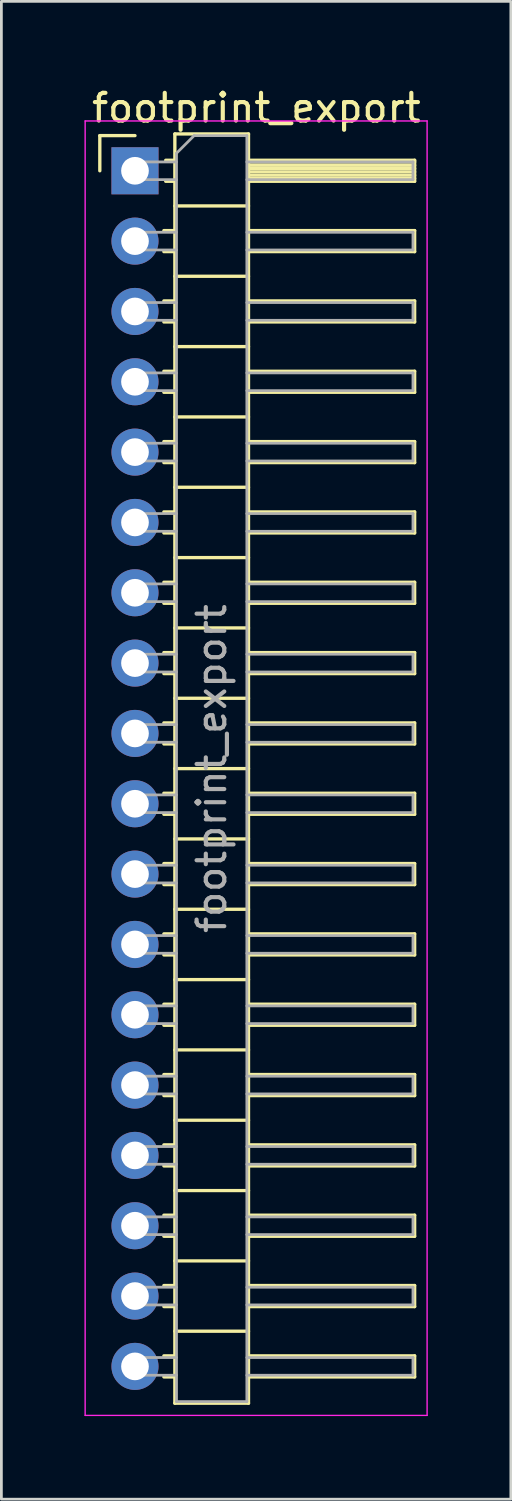
<source format=kicad_pcb>
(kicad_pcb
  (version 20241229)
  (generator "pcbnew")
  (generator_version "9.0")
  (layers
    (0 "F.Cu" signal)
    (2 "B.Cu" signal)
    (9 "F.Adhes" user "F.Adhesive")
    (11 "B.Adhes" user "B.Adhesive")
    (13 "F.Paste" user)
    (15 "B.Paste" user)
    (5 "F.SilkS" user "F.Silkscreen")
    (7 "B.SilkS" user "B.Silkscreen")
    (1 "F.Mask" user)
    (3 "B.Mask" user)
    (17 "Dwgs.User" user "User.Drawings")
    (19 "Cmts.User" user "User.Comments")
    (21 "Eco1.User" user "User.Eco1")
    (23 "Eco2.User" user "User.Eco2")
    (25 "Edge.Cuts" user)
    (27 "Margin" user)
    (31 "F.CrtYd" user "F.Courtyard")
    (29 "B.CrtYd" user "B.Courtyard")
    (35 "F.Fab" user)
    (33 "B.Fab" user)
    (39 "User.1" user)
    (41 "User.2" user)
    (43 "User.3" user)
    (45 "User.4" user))
  (footprint "footprint_export"
    (layer "F.Cu")
    (at 1.825 3.118)
    (property "Reference" "footprint_export" (at 4.385 -2.27 0) (layer "F.SilkS") (effects (font (size 1 1) (thickness 0.15))))
    (attr through_hole)
    (fp_line (start -1.27 -1.27) (end 0 -1.27) (stroke (width 0.12) (type solid)) (layer "F.SilkS"))
    (fp_line (start -1.27 0) (end -1.27 -1.27) (stroke (width 0.12) (type solid)) (layer "F.SilkS"))
    (fp_line (start 1.043 2.16) (end 1.44 2.16) (stroke (width 0.12) (type solid)) (layer "F.SilkS"))
    (fp_line (start 1.043 2.92) (end 1.44 2.92) (stroke (width 0.12) (type solid)) (layer "F.SilkS"))
    (fp_line (start 1.043 4.7) (end 1.44 4.7) (stroke (width 0.12) (type solid)) (layer "F.SilkS"))
    (fp_line (start 1.043 5.46) (end 1.44 5.46) (stroke (width 0.12) (type solid)) (layer "F.SilkS"))
    (fp_line (start 1.043 7.24) (end 1.44 7.24) (stroke (width 0.12) (type solid)) (layer "F.SilkS"))
    (fp_line (start 1.043 8) (end 1.44 8) (stroke (width 0.12) (type solid)) (layer "F.SilkS"))
    (fp_line (start 1.043 9.78) (end 1.44 9.78) (stroke (width 0.12) (type solid)) (layer "F.SilkS"))
    (fp_line (start 1.043 10.54) (end 1.44 10.54) (stroke (width 0.12) (type solid)) (layer "F.SilkS"))
    (fp_line (start 1.043 12.32) (end 1.44 12.32) (stroke (width 0.12) (type solid)) (layer "F.SilkS"))
    (fp_line (start 1.043 13.08) (end 1.44 13.08) (stroke (width 0.12) (type solid)) (layer "F.SilkS"))
    (fp_line (start 1.043 14.86) (end 1.44 14.86) (stroke (width 0.12) (type solid)) (layer "F.SilkS"))
    (fp_line (start 1.043 15.62) (end 1.44 15.62) (stroke (width 0.12) (type solid)) (layer "F.SilkS"))
    (fp_line (start 1.043 17.4) (end 1.44 17.4) (stroke (width 0.12) (type solid)) (layer "F.SilkS"))
    (fp_line (start 1.043 18.16) (end 1.44 18.16) (stroke (width 0.12) (type solid)) (layer "F.SilkS"))
    (fp_line (start 1.043 19.94) (end 1.44 19.94) (stroke (width 0.12) (type solid)) (layer "F.SilkS"))
    (fp_line (start 1.043 20.7) (end 1.44 20.7) (stroke (width 0.12) (type solid)) (layer "F.SilkS"))
    (fp_line (start 1.043 22.48) (end 1.44 22.48) (stroke (width 0.12) (type solid)) (layer "F.SilkS"))
    (fp_line (start 1.043 23.24) (end 1.44 23.24) (stroke (width 0.12) (type solid)) (layer "F.SilkS"))
    (fp_line (start 1.043 25.02) (end 1.44 25.02) (stroke (width 0.12) (type solid)) (layer "F.SilkS"))
    (fp_line (start 1.043 25.78) (end 1.44 25.78) (stroke (width 0.12) (type solid)) (layer "F.SilkS"))
    (fp_line (start 1.043 27.56) (end 1.44 27.56) (stroke (width 0.12) (type solid)) (layer "F.SilkS"))
    (fp_line (start 1.043 28.32) (end 1.44 28.32) (stroke (width 0.12) (type solid)) (layer "F.SilkS"))
    (fp_line (start 1.043 30.1) (end 1.44 30.1) (stroke (width 0.12) (type solid)) (layer "F.SilkS"))
    (fp_line (start 1.043 30.86) (end 1.44 30.86) (stroke (width 0.12) (type solid)) (layer "F.SilkS"))
    (fp_line (start 1.043 32.64) (end 1.44 32.64) (stroke (width 0.12) (type solid)) (layer "F.SilkS"))
    (fp_line (start 1.043 33.4) (end 1.44 33.4) (stroke (width 0.12) (type solid)) (layer "F.SilkS"))
    (fp_line (start 1.043 35.18) (end 1.44 35.18) (stroke (width 0.12) (type solid)) (layer "F.SilkS"))
    (fp_line (start 1.043 35.94) (end 1.44 35.94) (stroke (width 0.12) (type solid)) (layer "F.SilkS"))
    (fp_line (start 1.043 37.72) (end 1.44 37.72) (stroke (width 0.12) (type solid)) (layer "F.SilkS"))
    (fp_line (start 1.043 38.48) (end 1.44 38.48) (stroke (width 0.12) (type solid)) (layer "F.SilkS"))
    (fp_line (start 1.043 40.26) (end 1.44 40.26) (stroke (width 0.12) (type solid)) (layer "F.SilkS"))
    (fp_line (start 1.043 41.02) (end 1.44 41.02) (stroke (width 0.12) (type solid)) (layer "F.SilkS"))
    (fp_line (start 1.043 42.8) (end 1.44 42.8) (stroke (width 0.12) (type solid)) (layer "F.SilkS"))
    (fp_line (start 1.043 43.56) (end 1.44 43.56) (stroke (width 0.12) (type solid)) (layer "F.SilkS"))
    (fp_line (start 1.11 -0.38) (end 1.44 -0.38) (stroke (width 0.12) (type solid)) (layer "F.SilkS"))
    (fp_line (start 1.11 0.38) (end 1.44 0.38) (stroke (width 0.12) (type solid)) (layer "F.SilkS"))
    (fp_line (start 1.44 -1.33) (end 1.44 44.51) (stroke (width 0.12) (type solid)) (layer "F.SilkS"))
    (fp_line (start 1.44 1.27) (end 4.1 1.27) (stroke (width 0.12) (type solid)) (layer "F.SilkS"))
    (fp_line (start 1.44 3.81) (end 4.1 3.81) (stroke (width 0.12) (type solid)) (layer "F.SilkS"))
    (fp_line (start 1.44 6.35) (end 4.1 6.35) (stroke (width 0.12) (type solid)) (layer "F.SilkS"))
    (fp_line (start 1.44 8.89) (end 4.1 8.89) (stroke (width 0.12) (type solid)) (layer "F.SilkS"))
    (fp_line (start 1.44 11.43) (end 4.1 11.43) (stroke (width 0.12) (type solid)) (layer "F.SilkS"))
    (fp_line (start 1.44 13.97) (end 4.1 13.97) (stroke (width 0.12) (type solid)) (layer "F.SilkS"))
    (fp_line (start 1.44 16.51) (end 4.1 16.51) (stroke (width 0.12) (type solid)) (layer "F.SilkS"))
    (fp_line (start 1.44 19.05) (end 4.1 19.05) (stroke (width 0.12) (type solid)) (layer "F.SilkS"))
    (fp_line (start 1.44 21.59) (end 4.1 21.59) (stroke (width 0.12) (type solid)) (layer "F.SilkS"))
    (fp_line (start 1.44 24.13) (end 4.1 24.13) (stroke (width 0.12) (type solid)) (layer "F.SilkS"))
    (fp_line (start 1.44 26.67) (end 4.1 26.67) (stroke (width 0.12) (type solid)) (layer "F.SilkS"))
    (fp_line (start 1.44 29.21) (end 4.1 29.21) (stroke (width 0.12) (type solid)) (layer "F.SilkS"))
    (fp_line (start 1.44 31.75) (end 4.1 31.75) (stroke (width 0.12) (type solid)) (layer "F.SilkS"))
    (fp_line (start 1.44 34.29) (end 4.1 34.29) (stroke (width 0.12) (type solid)) (layer "F.SilkS"))
    (fp_line (start 1.44 36.83) (end 4.1 36.83) (stroke (width 0.12) (type solid)) (layer "F.SilkS"))
    (fp_line (start 1.44 39.37) (end 4.1 39.37) (stroke (width 0.12) (type solid)) (layer "F.SilkS"))
    (fp_line (start 1.44 41.91) (end 4.1 41.91) (stroke (width 0.12) (type solid)) (layer "F.SilkS"))
    (fp_line (start 1.44 44.51) (end 4.1 44.51) (stroke (width 0.12) (type solid)) (layer "F.SilkS"))
    (fp_line (start 4.1 -1.33) (end 1.44 -1.33) (stroke (width 0.12) (type solid)) (layer "F.SilkS"))
    (fp_line (start 4.1 -0.38) (end 10.1 -0.38) (stroke (width 0.12) (type solid)) (layer "F.SilkS"))
    (fp_line (start 4.1 -0.32) (end 10.1 -0.32) (stroke (width 0.12) (type solid)) (layer "F.SilkS"))
    (fp_line (start 4.1 -0.2) (end 10.1 -0.2) (stroke (width 0.12) (type solid)) (layer "F.SilkS"))
    (fp_line (start 4.1 -0.08) (end 10.1 -0.08) (stroke (width 0.12) (type solid)) (layer "F.SilkS"))
    (fp_line (start 4.1 0.04) (end 10.1 0.04) (stroke (width 0.12) (type solid)) (layer "F.SilkS"))
    (fp_line (start 4.1 0.16) (end 10.1 0.16) (stroke (width 0.12) (type solid)) (layer "F.SilkS"))
    (fp_line (start 4.1 0.28) (end 10.1 0.28) (stroke (width 0.12) (type solid)) (layer "F.SilkS"))
    (fp_line (start 4.1 2.16) (end 10.1 2.16) (stroke (width 0.12) (type solid)) (layer "F.SilkS"))
    (fp_line (start 4.1 4.7) (end 10.1 4.7) (stroke (width 0.12) (type solid)) (layer "F.SilkS"))
    (fp_line (start 4.1 7.24) (end 10.1 7.24) (stroke (width 0.12) (type solid)) (layer "F.SilkS"))
    (fp_line (start 4.1 9.78) (end 10.1 9.78) (stroke (width 0.12) (type solid)) (layer "F.SilkS"))
    (fp_line (start 4.1 12.32) (end 10.1 12.32) (stroke (width 0.12) (type solid)) (layer "F.SilkS"))
    (fp_line (start 4.1 14.86) (end 10.1 14.86) (stroke (width 0.12) (type solid)) (layer "F.SilkS"))
    (fp_line (start 4.1 17.4) (end 10.1 17.4) (stroke (width 0.12) (type solid)) (layer "F.SilkS"))
    (fp_line (start 4.1 19.94) (end 10.1 19.94) (stroke (width 0.12) (type solid)) (layer "F.SilkS"))
    (fp_line (start 4.1 22.48) (end 10.1 22.48) (stroke (width 0.12) (type solid)) (layer "F.SilkS"))
    (fp_line (start 4.1 25.02) (end 10.1 25.02) (stroke (width 0.12) (type solid)) (layer "F.SilkS"))
    (fp_line (start 4.1 27.56) (end 10.1 27.56) (stroke (width 0.12) (type solid)) (layer "F.SilkS"))
    (fp_line (start 4.1 30.1) (end 10.1 30.1) (stroke (width 0.12) (type solid)) (layer "F.SilkS"))
    (fp_line (start 4.1 32.64) (end 10.1 32.64) (stroke (width 0.12) (type solid)) (layer "F.SilkS"))
    (fp_line (start 4.1 35.18) (end 10.1 35.18) (stroke (width 0.12) (type solid)) (layer "F.SilkS"))
    (fp_line (start 4.1 37.72) (end 10.1 37.72) (stroke (width 0.12) (type solid)) (layer "F.SilkS"))
    (fp_line (start 4.1 40.26) (end 10.1 40.26) (stroke (width 0.12) (type solid)) (layer "F.SilkS"))
    (fp_line (start 4.1 42.8) (end 10.1 42.8) (stroke (width 0.12) (type solid)) (layer "F.SilkS"))
    (fp_line (start 4.1 44.51) (end 4.1 -1.33) (stroke (width 0.12) (type solid)) (layer "F.SilkS"))
    (fp_line (start 10.1 -0.38) (end 10.1 0.38) (stroke (width 0.12) (type solid)) (layer "F.SilkS"))
    (fp_line (start 10.1 0.38) (end 4.1 0.38) (stroke (width 0.12) (type solid)) (layer "F.SilkS"))
    (fp_line (start 10.1 2.16) (end 10.1 2.92) (stroke (width 0.12) (type solid)) (layer "F.SilkS"))
    (fp_line (start 10.1 2.92) (end 4.1 2.92) (stroke (width 0.12) (type solid)) (layer "F.SilkS"))
    (fp_line (start 10.1 4.7) (end 10.1 5.46) (stroke (width 0.12) (type solid)) (layer "F.SilkS"))
    (fp_line (start 10.1 5.46) (end 4.1 5.46) (stroke (width 0.12) (type solid)) (layer "F.SilkS"))
    (fp_line (start 10.1 7.24) (end 10.1 8) (stroke (width 0.12) (type solid)) (layer "F.SilkS"))
    (fp_line (start 10.1 8) (end 4.1 8) (stroke (width 0.12) (type solid)) (layer "F.SilkS"))
    (fp_line (start 10.1 9.78) (end 10.1 10.54) (stroke (width 0.12) (type solid)) (layer "F.SilkS"))
    (fp_line (start 10.1 10.54) (end 4.1 10.54) (stroke (width 0.12) (type solid)) (layer "F.SilkS"))
    (fp_line (start 10.1 12.32) (end 10.1 13.08) (stroke (width 0.12) (type solid)) (layer "F.SilkS"))
    (fp_line (start 10.1 13.08) (end 4.1 13.08) (stroke (width 0.12) (type solid)) (layer "F.SilkS"))
    (fp_line (start 10.1 14.86) (end 10.1 15.62) (stroke (width 0.12) (type solid)) (layer "F.SilkS"))
    (fp_line (start 10.1 15.62) (end 4.1 15.62) (stroke (width 0.12) (type solid)) (layer "F.SilkS"))
    (fp_line (start 10.1 17.4) (end 10.1 18.16) (stroke (width 0.12) (type solid)) (layer "F.SilkS"))
    (fp_line (start 10.1 18.16) (end 4.1 18.16) (stroke (width 0.12) (type solid)) (layer "F.SilkS"))
    (fp_line (start 10.1 19.94) (end 10.1 20.7) (stroke (width 0.12) (type solid)) (layer "F.SilkS"))
    (fp_line (start 10.1 20.7) (end 4.1 20.7) (stroke (width 0.12) (type solid)) (layer "F.SilkS"))
    (fp_line (start 10.1 22.48) (end 10.1 23.24) (stroke (width 0.12) (type solid)) (layer "F.SilkS"))
    (fp_line (start 10.1 23.24) (end 4.1 23.24) (stroke (width 0.12) (type solid)) (layer "F.SilkS"))
    (fp_line (start 10.1 25.02) (end 10.1 25.78) (stroke (width 0.12) (type solid)) (layer "F.SilkS"))
    (fp_line (start 10.1 25.78) (end 4.1 25.78) (stroke (width 0.12) (type solid)) (layer "F.SilkS"))
    (fp_line (start 10.1 27.56) (end 10.1 28.32) (stroke (width 0.12) (type solid)) (layer "F.SilkS"))
    (fp_line (start 10.1 28.32) (end 4.1 28.32) (stroke (width 0.12) (type solid)) (layer "F.SilkS"))
    (fp_line (start 10.1 30.1) (end 10.1 30.86) (stroke (width 0.12) (type solid)) (layer "F.SilkS"))
    (fp_line (start 10.1 30.86) (end 4.1 30.86) (stroke (width 0.12) (type solid)) (layer "F.SilkS"))
    (fp_line (start 10.1 32.64) (end 10.1 33.4) (stroke (width 0.12) (type solid)) (layer "F.SilkS"))
    (fp_line (start 10.1 33.4) (end 4.1 33.4) (stroke (width 0.12) (type solid)) (layer "F.SilkS"))
    (fp_line (start 10.1 35.18) (end 10.1 35.94) (stroke (width 0.12) (type solid)) (layer "F.SilkS"))
    (fp_line (start 10.1 35.94) (end 4.1 35.94) (stroke (width 0.12) (type solid)) (layer "F.SilkS"))
    (fp_line (start 10.1 37.72) (end 10.1 38.48) (stroke (width 0.12) (type solid)) (layer "F.SilkS"))
    (fp_line (start 10.1 38.48) (end 4.1 38.48) (stroke (width 0.12) (type solid)) (layer "F.SilkS"))
    (fp_line (start 10.1 40.26) (end 10.1 41.02) (stroke (width 0.12) (type solid)) (layer "F.SilkS"))
    (fp_line (start 10.1 41.02) (end 4.1 41.02) (stroke (width 0.12) (type solid)) (layer "F.SilkS"))
    (fp_line (start 10.1 42.8) (end 10.1 43.56) (stroke (width 0.12) (type solid)) (layer "F.SilkS"))
    (fp_line (start 10.1 43.56) (end 4.1 43.56) (stroke (width 0.12) (type solid)) (layer "F.SilkS"))
    (fp_line (start -1.8 -1.8) (end -1.8 44.95) (stroke (width 0.05) (type solid)) (layer "F.CrtYd"))
    (fp_line (start -1.8 44.95) (end 10.55 44.95) (stroke (width 0.05) (type solid)) (layer "F.CrtYd"))
    (fp_line (start 10.55 -1.8) (end -1.8 -1.8) (stroke (width 0.05) (type solid)) (layer "F.CrtYd"))
    (fp_line (start 10.55 44.95) (end 10.55 -1.8) (stroke (width 0.05) (type solid)) (layer "F.CrtYd"))
    (fp_line (start -0.32 -0.32) (end -0.32 0.32) (stroke (width 0.1) (type solid)) (layer "F.Fab"))
    (fp_line (start -0.32 -0.32) (end 1.5 -0.32) (stroke (width 0.1) (type solid)) (layer "F.Fab"))
    (fp_line (start -0.32 0.32) (end 1.5 0.32) (stroke (width 0.1) (type solid)) (layer "F.Fab"))
    (fp_line (start -0.32 2.22) (end -0.32 2.86) (stroke (width 0.1) (type solid)) (layer "F.Fab"))
    (fp_line (start -0.32 2.22) (end 1.5 2.22) (stroke (width 0.1) (type solid)) (layer "F.Fab"))
    (fp_line (start -0.32 2.86) (end 1.5 2.86) (stroke (width 0.1) (type solid)) (layer "F.Fab"))
    (fp_line (start -0.32 4.76) (end -0.32 5.4) (stroke (width 0.1) (type solid)) (layer "F.Fab"))
    (fp_line (start -0.32 4.76) (end 1.5 4.76) (stroke (width 0.1) (type solid)) (layer "F.Fab"))
    (fp_line (start -0.32 5.4) (end 1.5 5.4) (stroke (width 0.1) (type solid)) (layer "F.Fab"))
    (fp_line (start -0.32 7.3) (end -0.32 7.94) (stroke (width 0.1) (type solid)) (layer "F.Fab"))
    (fp_line (start -0.32 7.3) (end 1.5 7.3) (stroke (width 0.1) (type solid)) (layer "F.Fab"))
    (fp_line (start -0.32 7.94) (end 1.5 7.94) (stroke (width 0.1) (type solid)) (layer "F.Fab"))
    (fp_line (start -0.32 9.84) (end -0.32 10.48) (stroke (width 0.1) (type solid)) (layer "F.Fab"))
    (fp_line (start -0.32 9.84) (end 1.5 9.84) (stroke (width 0.1) (type solid)) (layer "F.Fab"))
    (fp_line (start -0.32 10.48) (end 1.5 10.48) (stroke (width 0.1) (type solid)) (layer "F.Fab"))
    (fp_line (start -0.32 12.38) (end -0.32 13.02) (stroke (width 0.1) (type solid)) (layer "F.Fab"))
    (fp_line (start -0.32 12.38) (end 1.5 12.38) (stroke (width 0.1) (type solid)) (layer "F.Fab"))
    (fp_line (start -0.32 13.02) (end 1.5 13.02) (stroke (width 0.1) (type solid)) (layer "F.Fab"))
    (fp_line (start -0.32 14.92) (end -0.32 15.56) (stroke (width 0.1) (type solid)) (layer "F.Fab"))
    (fp_line (start -0.32 14.92) (end 1.5 14.92) (stroke (width 0.1) (type solid)) (layer "F.Fab"))
    (fp_line (start -0.32 15.56) (end 1.5 15.56) (stroke (width 0.1) (type solid)) (layer "F.Fab"))
    (fp_line (start -0.32 17.46) (end -0.32 18.1) (stroke (width 0.1) (type solid)) (layer "F.Fab"))
    (fp_line (start -0.32 17.46) (end 1.5 17.46) (stroke (width 0.1) (type solid)) (layer "F.Fab"))
    (fp_line (start -0.32 18.1) (end 1.5 18.1) (stroke (width 0.1) (type solid)) (layer "F.Fab"))
    (fp_line (start -0.32 20) (end -0.32 20.64) (stroke (width 0.1) (type solid)) (layer "F.Fab"))
    (fp_line (start -0.32 20) (end 1.5 20) (stroke (width 0.1) (type solid)) (layer "F.Fab"))
    (fp_line (start -0.32 20.64) (end 1.5 20.64) (stroke (width 0.1) (type solid)) (layer "F.Fab"))
    (fp_line (start -0.32 22.54) (end -0.32 23.18) (stroke (width 0.1) (type solid)) (layer "F.Fab"))
    (fp_line (start -0.32 22.54) (end 1.5 22.54) (stroke (width 0.1) (type solid)) (layer "F.Fab"))
    (fp_line (start -0.32 23.18) (end 1.5 23.18) (stroke (width 0.1) (type solid)) (layer "F.Fab"))
    (fp_line (start -0.32 25.08) (end -0.32 25.72) (stroke (width 0.1) (type solid)) (layer "F.Fab"))
    (fp_line (start -0.32 25.08) (end 1.5 25.08) (stroke (width 0.1) (type solid)) (layer "F.Fab"))
    (fp_line (start -0.32 25.72) (end 1.5 25.72) (stroke (width 0.1) (type solid)) (layer "F.Fab"))
    (fp_line (start -0.32 27.62) (end -0.32 28.26) (stroke (width 0.1) (type solid)) (layer "F.Fab"))
    (fp_line (start -0.32 27.62) (end 1.5 27.62) (stroke (width 0.1) (type solid)) (layer "F.Fab"))
    (fp_line (start -0.32 28.26) (end 1.5 28.26) (stroke (width 0.1) (type solid)) (layer "F.Fab"))
    (fp_line (start -0.32 30.16) (end -0.32 30.8) (stroke (width 0.1) (type solid)) (layer "F.Fab"))
    (fp_line (start -0.32 30.16) (end 1.5 30.16) (stroke (width 0.1) (type solid)) (layer "F.Fab"))
    (fp_line (start -0.32 30.8) (end 1.5 30.8) (stroke (width 0.1) (type solid)) (layer "F.Fab"))
    (fp_line (start -0.32 32.7) (end -0.32 33.34) (stroke (width 0.1) (type solid)) (layer "F.Fab"))
    (fp_line (start -0.32 32.7) (end 1.5 32.7) (stroke (width 0.1) (type solid)) (layer "F.Fab"))
    (fp_line (start -0.32 33.34) (end 1.5 33.34) (stroke (width 0.1) (type solid)) (layer "F.Fab"))
    (fp_line (start -0.32 35.24) (end -0.32 35.88) (stroke (width 0.1) (type solid)) (layer "F.Fab"))
    (fp_line (start -0.32 35.24) (end 1.5 35.24) (stroke (width 0.1) (type solid)) (layer "F.Fab"))
    (fp_line (start -0.32 35.88) (end 1.5 35.88) (stroke (width 0.1) (type solid)) (layer "F.Fab"))
    (fp_line (start -0.32 37.78) (end -0.32 38.42) (stroke (width 0.1) (type solid)) (layer "F.Fab"))
    (fp_line (start -0.32 37.78) (end 1.5 37.78) (stroke (width 0.1) (type solid)) (layer "F.Fab"))
    (fp_line (start -0.32 38.42) (end 1.5 38.42) (stroke (width 0.1) (type solid)) (layer "F.Fab"))
    (fp_line (start -0.32 40.32) (end -0.32 40.96) (stroke (width 0.1) (type solid)) (layer "F.Fab"))
    (fp_line (start -0.32 40.32) (end 1.5 40.32) (stroke (width 0.1) (type solid)) (layer "F.Fab"))
    (fp_line (start -0.32 40.96) (end 1.5 40.96) (stroke (width 0.1) (type solid)) (layer "F.Fab"))
    (fp_line (start -0.32 42.86) (end -0.32 43.5) (stroke (width 0.1) (type solid)) (layer "F.Fab"))
    (fp_line (start -0.32 42.86) (end 1.5 42.86) (stroke (width 0.1) (type solid)) (layer "F.Fab"))
    (fp_line (start -0.32 43.5) (end 1.5 43.5) (stroke (width 0.1) (type solid)) (layer "F.Fab"))
    (fp_line (start 1.5 -0.635) (end 2.135 -1.27) (stroke (width 0.1) (type solid)) (layer "F.Fab"))
    (fp_line (start 1.5 44.45) (end 1.5 -0.635) (stroke (width 0.1) (type solid)) (layer "F.Fab"))
    (fp_line (start 2.135 -1.27) (end 4.04 -1.27) (stroke (width 0.1) (type solid)) (layer "F.Fab"))
    (fp_line (start 4.04 -1.27) (end 4.04 44.45) (stroke (width 0.1) (type solid)) (layer "F.Fab"))
    (fp_line (start 4.04 -0.32) (end 10.04 -0.32) (stroke (width 0.1) (type solid)) (layer "F.Fab"))
    (fp_line (start 4.04 0.32) (end 10.04 0.32) (stroke (width 0.1) (type solid)) (layer "F.Fab"))
    (fp_line (start 4.04 2.22) (end 10.04 2.22) (stroke (width 0.1) (type solid)) (layer "F.Fab"))
    (fp_line (start 4.04 2.86) (end 10.04 2.86) (stroke (width 0.1) (type solid)) (layer "F.Fab"))
    (fp_line (start 4.04 4.76) (end 10.04 4.76) (stroke (width 0.1) (type solid)) (layer "F.Fab"))
    (fp_line (start 4.04 5.4) (end 10.04 5.4) (stroke (width 0.1) (type solid)) (layer "F.Fab"))
    (fp_line (start 4.04 7.3) (end 10.04 7.3) (stroke (width 0.1) (type solid)) (layer "F.Fab"))
    (fp_line (start 4.04 7.94) (end 10.04 7.94) (stroke (width 0.1) (type solid)) (layer "F.Fab"))
    (fp_line (start 4.04 9.84) (end 10.04 9.84) (stroke (width 0.1) (type solid)) (layer "F.Fab"))
    (fp_line (start 4.04 10.48) (end 10.04 10.48) (stroke (width 0.1) (type solid)) (layer "F.Fab"))
    (fp_line (start 4.04 12.38) (end 10.04 12.38) (stroke (width 0.1) (type solid)) (layer "F.Fab"))
    (fp_line (start 4.04 13.02) (end 10.04 13.02) (stroke (width 0.1) (type solid)) (layer "F.Fab"))
    (fp_line (start 4.04 14.92) (end 10.04 14.92) (stroke (width 0.1) (type solid)) (layer "F.Fab"))
    (fp_line (start 4.04 15.56) (end 10.04 15.56) (stroke (width 0.1) (type solid)) (layer "F.Fab"))
    (fp_line (start 4.04 17.46) (end 10.04 17.46) (stroke (width 0.1) (type solid)) (layer "F.Fab"))
    (fp_line (start 4.04 18.1) (end 10.04 18.1) (stroke (width 0.1) (type solid)) (layer "F.Fab"))
    (fp_line (start 4.04 20) (end 10.04 20) (stroke (width 0.1) (type solid)) (layer "F.Fab"))
    (fp_line (start 4.04 20.64) (end 10.04 20.64) (stroke (width 0.1) (type solid)) (layer "F.Fab"))
    (fp_line (start 4.04 22.54) (end 10.04 22.54) (stroke (width 0.1) (type solid)) (layer "F.Fab"))
    (fp_line (start 4.04 23.18) (end 10.04 23.18) (stroke (width 0.1) (type solid)) (layer "F.Fab"))
    (fp_line (start 4.04 25.08) (end 10.04 25.08) (stroke (width 0.1) (type solid)) (layer "F.Fab"))
    (fp_line (start 4.04 25.72) (end 10.04 25.72) (stroke (width 0.1) (type solid)) (layer "F.Fab"))
    (fp_line (start 4.04 27.62) (end 10.04 27.62) (stroke (width 0.1) (type solid)) (layer "F.Fab"))
    (fp_line (start 4.04 28.26) (end 10.04 28.26) (stroke (width 0.1) (type solid)) (layer "F.Fab"))
    (fp_line (start 4.04 30.16) (end 10.04 30.16) (stroke (width 0.1) (type solid)) (layer "F.Fab"))
    (fp_line (start 4.04 30.8) (end 10.04 30.8) (stroke (width 0.1) (type solid)) (layer "F.Fab"))
    (fp_line (start 4.04 32.7) (end 10.04 32.7) (stroke (width 0.1) (type solid)) (layer "F.Fab"))
    (fp_line (start 4.04 33.34) (end 10.04 33.34) (stroke (width 0.1) (type solid)) (layer "F.Fab"))
    (fp_line (start 4.04 35.24) (end 10.04 35.24) (stroke (width 0.1) (type solid)) (layer "F.Fab"))
    (fp_line (start 4.04 35.88) (end 10.04 35.88) (stroke (width 0.1) (type solid)) (layer "F.Fab"))
    (fp_line (start 4.04 37.78) (end 10.04 37.78) (stroke (width 0.1) (type solid)) (layer "F.Fab"))
    (fp_line (start 4.04 38.42) (end 10.04 38.42) (stroke (width 0.1) (type solid)) (layer "F.Fab"))
    (fp_line (start 4.04 40.32) (end 10.04 40.32) (stroke (width 0.1) (type solid)) (layer "F.Fab"))
    (fp_line (start 4.04 40.96) (end 10.04 40.96) (stroke (width 0.1) (type solid)) (layer "F.Fab"))
    (fp_line (start 4.04 42.86) (end 10.04 42.86) (stroke (width 0.1) (type solid)) (layer "F.Fab"))
    (fp_line (start 4.04 43.5) (end 10.04 43.5) (stroke (width 0.1) (type solid)) (layer "F.Fab"))
    (fp_line (start 4.04 44.45) (end 1.5 44.45) (stroke (width 0.1) (type solid)) (layer "F.Fab"))
    (fp_line (start 10.04 -0.32) (end 10.04 0.32) (stroke (width 0.1) (type solid)) (layer "F.Fab"))
    (fp_line (start 10.04 2.22) (end 10.04 2.86) (stroke (width 0.1) (type solid)) (layer "F.Fab"))
    (fp_line (start 10.04 4.76) (end 10.04 5.4) (stroke (width 0.1) (type solid)) (layer "F.Fab"))
    (fp_line (start 10.04 7.3) (end 10.04 7.94) (stroke (width 0.1) (type solid)) (layer "F.Fab"))
    (fp_line (start 10.04 9.84) (end 10.04 10.48) (stroke (width 0.1) (type solid)) (layer "F.Fab"))
    (fp_line (start 10.04 12.38) (end 10.04 13.02) (stroke (width 0.1) (type solid)) (layer "F.Fab"))
    (fp_line (start 10.04 14.92) (end 10.04 15.56) (stroke (width 0.1) (type solid)) (layer "F.Fab"))
    (fp_line (start 10.04 17.46) (end 10.04 18.1) (stroke (width 0.1) (type solid)) (layer "F.Fab"))
    (fp_line (start 10.04 20) (end 10.04 20.64) (stroke (width 0.1) (type solid)) (layer "F.Fab"))
    (fp_line (start 10.04 22.54) (end 10.04 23.18) (stroke (width 0.1) (type solid)) (layer "F.Fab"))
    (fp_line (start 10.04 25.08) (end 10.04 25.72) (stroke (width 0.1) (type solid)) (layer "F.Fab"))
    (fp_line (start 10.04 27.62) (end 10.04 28.26) (stroke (width 0.1) (type solid)) (layer "F.Fab"))
    (fp_line (start 10.04 30.16) (end 10.04 30.8) (stroke (width 0.1) (type solid)) (layer "F.Fab"))
    (fp_line (start 10.04 32.7) (end 10.04 33.34) (stroke (width 0.1) (type solid)) (layer "F.Fab"))
    (fp_line (start 10.04 35.24) (end 10.04 35.88) (stroke (width 0.1) (type solid)) (layer "F.Fab"))
    (fp_line (start 10.04 37.78) (end 10.04 38.42) (stroke (width 0.1) (type solid)) (layer "F.Fab"))
    (fp_line (start 10.04 40.32) (end 10.04 40.96) (stroke (width 0.1) (type solid)) (layer "F.Fab"))
    (fp_line (start 10.04 42.86) (end 10.04 43.5) (stroke (width 0.1) (type solid)) (layer "F.Fab"))
    (fp_text user "${REFERENCE}" (at 2.77 21.59 90) (layer "F.Fab") (effects (font (size 1 1) (thickness 0.15))))
    (pad "1" thru_hole rect (at 0 0) (size 1.7 1.7) (drill 1) (layers "*.Cu" "*.Mask"))
    (pad "2" thru_hole oval (at 0 2.54) (size 1.7 1.7) (drill 1) (layers "*.Cu" "*.Mask"))
    (pad "3" thru_hole oval (at 0 5.08) (size 1.7 1.7) (drill 1) (layers "*.Cu" "*.Mask"))
    (pad "4" thru_hole oval (at 0 7.62) (size 1.7 1.7) (drill 1) (layers "*.Cu" "*.Mask"))
    (pad "5" thru_hole oval (at 0 10.16) (size 1.7 1.7) (drill 1) (layers "*.Cu" "*.Mask"))
    (pad "6" thru_hole oval (at 0 12.7) (size 1.7 1.7) (drill 1) (layers "*.Cu" "*.Mask"))
    (pad "7" thru_hole oval (at 0 15.24) (size 1.7 1.7) (drill 1) (layers "*.Cu" "*.Mask"))
    (pad "8" thru_hole oval (at 0 17.78) (size 1.7 1.7) (drill 1) (layers "*.Cu" "*.Mask"))
    (pad "9" thru_hole oval (at 0 20.32) (size 1.7 1.7) (drill 1) (layers "*.Cu" "*.Mask"))
    (pad "10" thru_hole oval (at 0 22.86) (size 1.7 1.7) (drill 1) (layers "*.Cu" "*.Mask"))
    (pad "11" thru_hole oval (at 0 25.4) (size 1.7 1.7) (drill 1) (layers "*.Cu" "*.Mask"))
    (pad "12" thru_hole oval (at 0 27.94) (size 1.7 1.7) (drill 1) (layers "*.Cu" "*.Mask"))
    (pad "13" thru_hole oval (at 0 30.48) (size 1.7 1.7) (drill 1) (layers "*.Cu" "*.Mask"))
    (pad "14" thru_hole oval (at 0 33.02) (size 1.7 1.7) (drill 1) (layers "*.Cu" "*.Mask"))
    (pad "15" thru_hole oval (at 0 35.56) (size 1.7 1.7) (drill 1) (layers "*.Cu" "*.Mask"))
    (pad "16" thru_hole oval (at 0 38.1) (size 1.7 1.7) (drill 1) (layers "*.Cu" "*.Mask"))
    (pad "17" thru_hole oval (at 0 40.64) (size 1.7 1.7) (drill 1) (layers "*.Cu" "*.Mask"))
    (pad "18" thru_hole oval (at 0 43.18) (size 1.7 1.7) (drill 1) (layers "*.Cu" "*.Mask")))
  (gr_rect
    (start -3 -3)
    (end 15.4 51.093)
    (stroke (width 0.1) (type default))
    (fill no)
    (layer "Edge.Cuts")))
</source>
